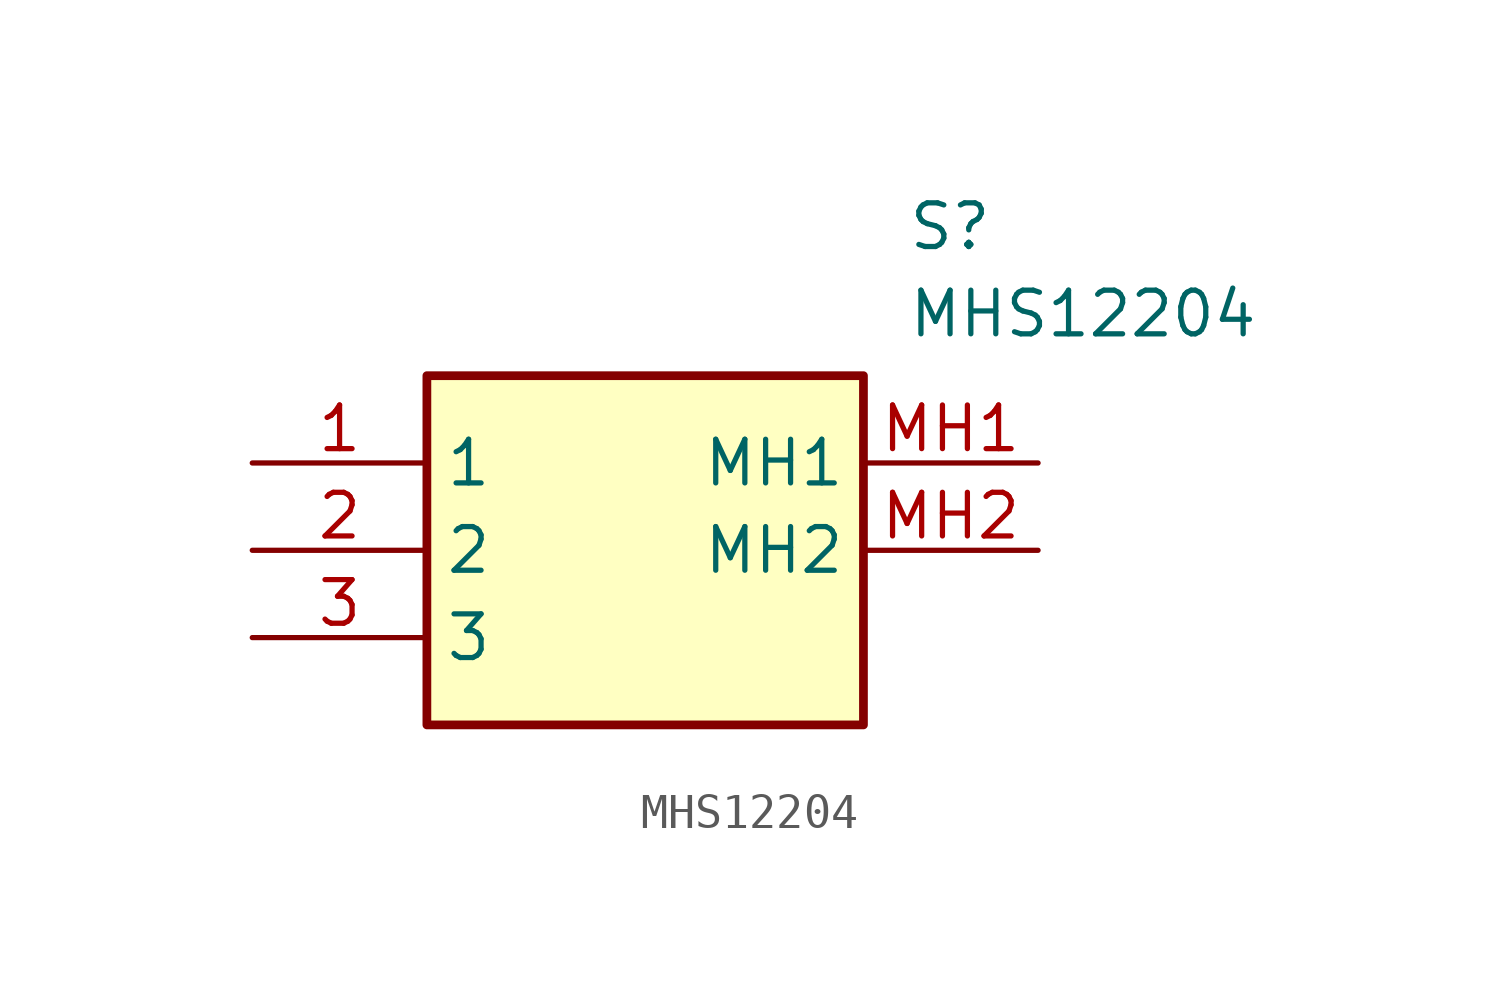
<source format=kicad_sym>
(kicad_symbol_lib
  (version 20211014)
  (generator SamacSys_ECAD_Model)
  (symbol "MHS12204"
    (property "Reference" "S"
      (at 19.05 7.62 0)
      (effects (font (size 1.27 1.27)) (justify left top)))
    (property "Value" "MHS12204"
      (at 19.05 5.08 0)
      (effects (font (size 1.27 1.27)) (justify left top)))
    (rectangle
      (start 5.08 2.54)
      (end 17.78 -7.62)
      (stroke (width 0.254) (type default))
      (fill (type background)))
    (pin passive line
      (at 0 0 0)
      (length 5.08)
      (name "1" (effects (font (size 1.27 1.27))))
      (number "1" (effects (font (size 1.27 1.27)))))
    (pin passive line
      (at 0 -2.54 0)
      (length 5.08)
      (name "2" (effects (font (size 1.27 1.27))))
      (number "2" (effects (font (size 1.27 1.27)))))
    (pin passive line
      (at 0 -5.08 0)
      (length 5.08)
      (name "3" (effects (font (size 1.27 1.27))))
      (number "3" (effects (font (size 1.27 1.27)))))
    (pin passive line
      (at 22.86 0 180)
      (length 5.08)
      (name "MH1" (effects (font (size 1.27 1.27))))
      (number "MH1" (effects (font (size 1.27 1.27)))))
    (pin passive line
      (at 22.86 -2.54 180)
      (length 5.08)
      (name "MH2" (effects (font (size 1.27 1.27))))
      (number "MH2" (effects (font (size 1.27 1.27)))))))
</source>
